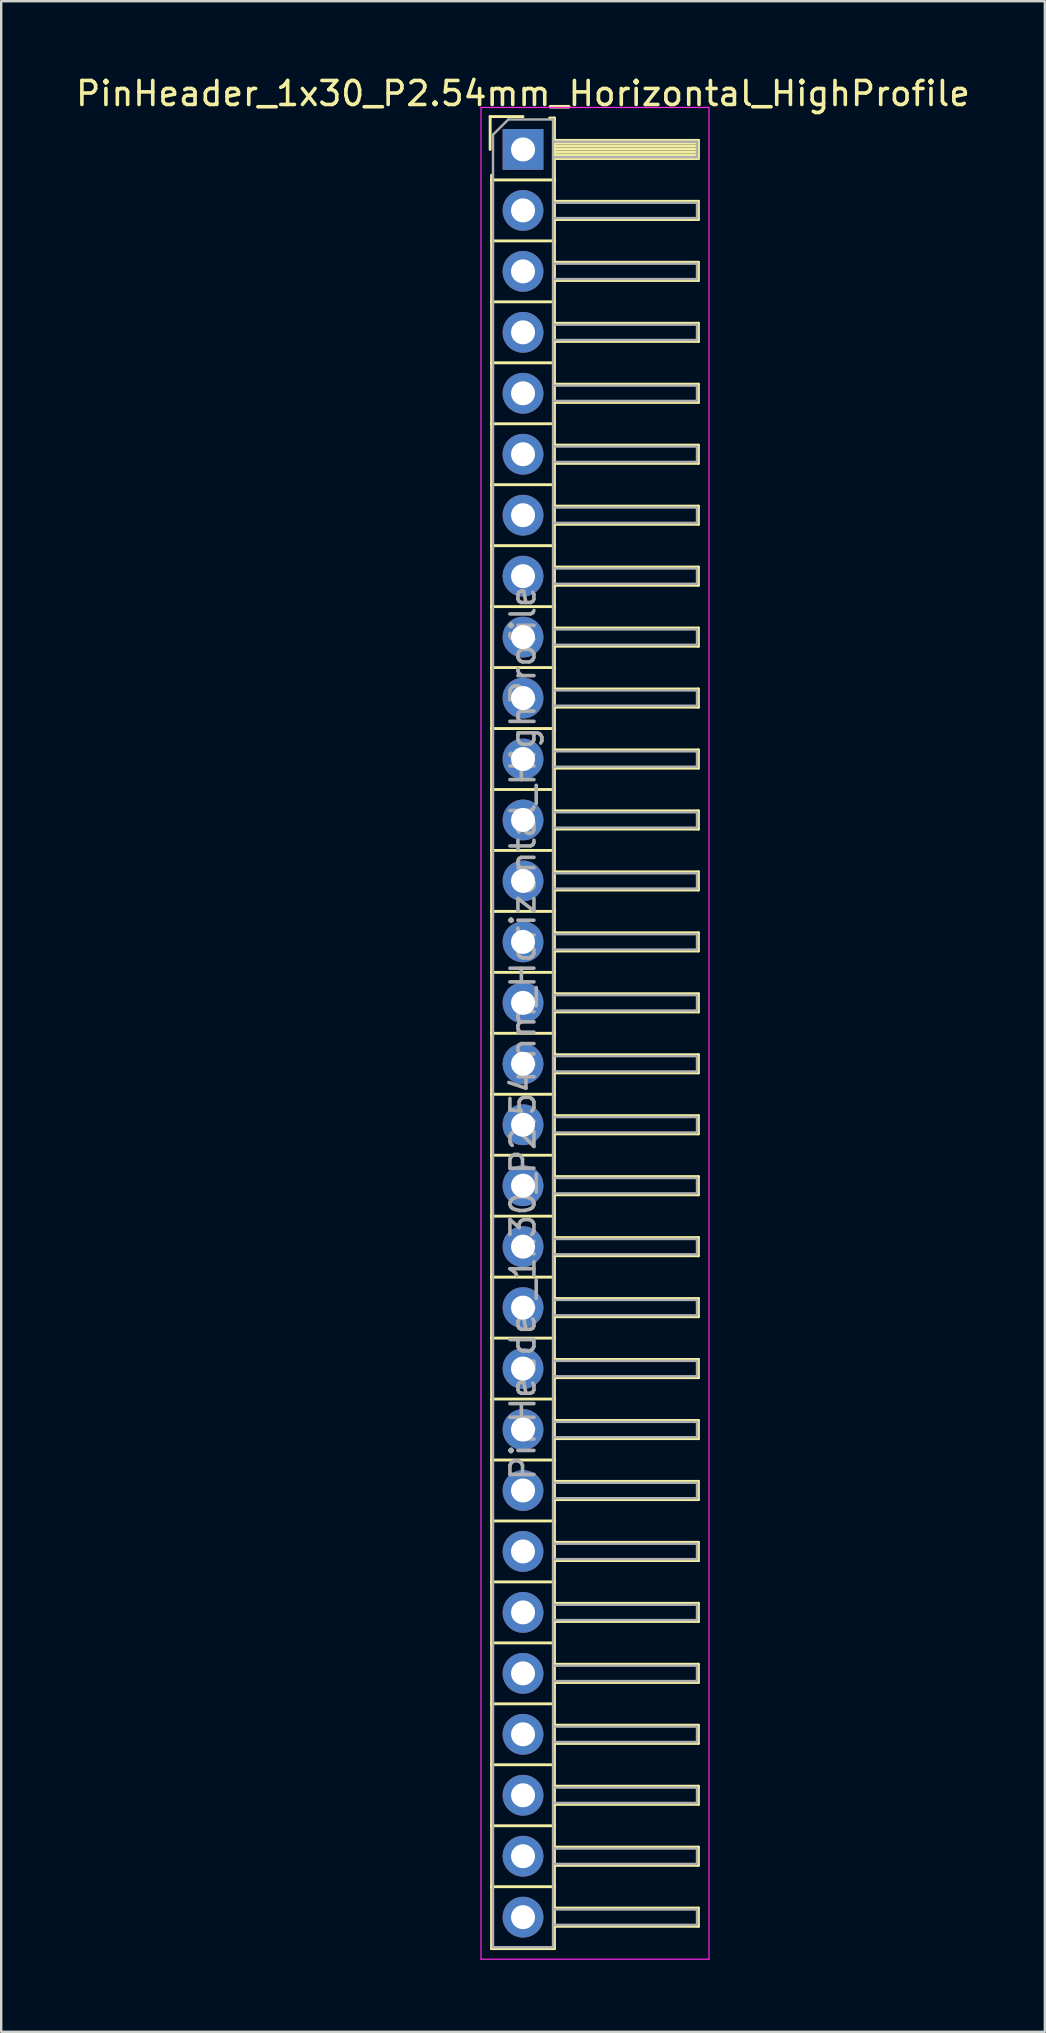
<source format=kicad_pcb>
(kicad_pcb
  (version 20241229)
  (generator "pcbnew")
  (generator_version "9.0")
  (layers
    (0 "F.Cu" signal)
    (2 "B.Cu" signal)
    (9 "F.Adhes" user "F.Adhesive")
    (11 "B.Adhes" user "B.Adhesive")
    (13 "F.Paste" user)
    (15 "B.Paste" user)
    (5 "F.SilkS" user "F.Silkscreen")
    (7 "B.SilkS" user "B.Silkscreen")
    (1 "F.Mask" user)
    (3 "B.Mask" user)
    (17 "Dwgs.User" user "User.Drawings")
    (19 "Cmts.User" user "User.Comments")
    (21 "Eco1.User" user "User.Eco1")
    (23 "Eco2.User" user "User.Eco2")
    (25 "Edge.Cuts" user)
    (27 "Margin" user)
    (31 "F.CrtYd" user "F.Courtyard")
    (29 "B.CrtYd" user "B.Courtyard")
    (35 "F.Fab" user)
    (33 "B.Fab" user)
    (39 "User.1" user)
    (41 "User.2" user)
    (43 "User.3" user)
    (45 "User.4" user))
  (footprint "PinHeader_1x30_P2.54mm_Horizontal_HighProfile"
    (layer "F.Cu")
    (at 18.744 3.178)
    (property "Reference" "PinHeader_1x30_P2.54mm_Horizontal_HighProfile" (at 0 -2.33 0) (layer "F.SilkS") (effects (font (size 1 1) (thickness 0.15))))
    (attr through_hole)
    (fp_line (start -1.37 -1.37) (end -1.37 0) (stroke (width 0.12) (type solid)) (layer "F.SilkS"))
    (fp_line (start -1.37 -1.37) (end 0 -1.37) (stroke (width 0.12) (type solid)) (layer "F.SilkS"))
    (fp_line (start -1.31 1.27) (end -1.31 1.07) (stroke (width 0.12) (type solid)) (layer "F.SilkS"))
    (fp_line (start -1.31 1.27) (end -1.31 3.81) (stroke (width 0.12) (type solid)) (layer "F.SilkS"))
    (fp_line (start -1.31 1.27) (end 1.31 1.27) (stroke (width 0.12) (type solid)) (layer "F.SilkS"))
    (fp_line (start -1.31 3.81) (end -1.31 6.35) (stroke (width 0.12) (type solid)) (layer "F.SilkS"))
    (fp_line (start -1.31 3.81) (end 1.31 3.81) (stroke (width 0.12) (type solid)) (layer "F.SilkS"))
    (fp_line (start -1.31 6.35) (end -1.31 8.89) (stroke (width 0.12) (type solid)) (layer "F.SilkS"))
    (fp_line (start -1.31 6.35) (end 1.31 6.35) (stroke (width 0.12) (type solid)) (layer "F.SilkS"))
    (fp_line (start -1.31 8.89) (end -1.31 11.43) (stroke (width 0.12) (type solid)) (layer "F.SilkS"))
    (fp_line (start -1.31 8.89) (end 1.31 8.89) (stroke (width 0.12) (type solid)) (layer "F.SilkS"))
    (fp_line (start -1.31 11.43) (end -1.31 13.97) (stroke (width 0.12) (type solid)) (layer "F.SilkS"))
    (fp_line (start -1.31 11.43) (end 1.31 11.43) (stroke (width 0.12) (type solid)) (layer "F.SilkS"))
    (fp_line (start -1.31 13.97) (end -1.31 16.51) (stroke (width 0.12) (type solid)) (layer "F.SilkS"))
    (fp_line (start -1.31 13.97) (end 1.31 13.97) (stroke (width 0.12) (type solid)) (layer "F.SilkS"))
    (fp_line (start -1.31 16.51) (end -1.31 19.05) (stroke (width 0.12) (type solid)) (layer "F.SilkS"))
    (fp_line (start -1.31 16.51) (end 1.31 16.51) (stroke (width 0.12) (type solid)) (layer "F.SilkS"))
    (fp_line (start -1.31 19.05) (end -1.31 21.59) (stroke (width 0.12) (type solid)) (layer "F.SilkS"))
    (fp_line (start -1.31 19.05) (end 1.31 19.05) (stroke (width 0.12) (type solid)) (layer "F.SilkS"))
    (fp_line (start -1.31 21.59) (end -1.31 24.13) (stroke (width 0.12) (type solid)) (layer "F.SilkS"))
    (fp_line (start -1.31 21.59) (end 1.31 21.59) (stroke (width 0.12) (type solid)) (layer "F.SilkS"))
    (fp_line (start -1.31 24.13) (end -1.31 26.67) (stroke (width 0.12) (type solid)) (layer "F.SilkS"))
    (fp_line (start -1.31 24.13) (end 1.31 24.13) (stroke (width 0.12) (type solid)) (layer "F.SilkS"))
    (fp_line (start -1.31 26.67) (end -1.31 29.21) (stroke (width 0.12) (type solid)) (layer "F.SilkS"))
    (fp_line (start -1.31 26.67) (end 1.31 26.67) (stroke (width 0.12) (type solid)) (layer "F.SilkS"))
    (fp_line (start -1.31 29.21) (end -1.31 31.75) (stroke (width 0.12) (type solid)) (layer "F.SilkS"))
    (fp_line (start -1.31 29.21) (end 1.31 29.21) (stroke (width 0.12) (type solid)) (layer "F.SilkS"))
    (fp_line (start -1.31 31.75) (end -1.31 34.29) (stroke (width 0.12) (type solid)) (layer "F.SilkS"))
    (fp_line (start -1.31 31.75) (end 1.31 31.75) (stroke (width 0.12) (type solid)) (layer "F.SilkS"))
    (fp_line (start -1.31 34.29) (end -1.31 36.83) (stroke (width 0.12) (type solid)) (layer "F.SilkS"))
    (fp_line (start -1.31 34.29) (end 1.31 34.29) (stroke (width 0.12) (type solid)) (layer "F.SilkS"))
    (fp_line (start -1.31 36.83) (end -1.31 39.37) (stroke (width 0.12) (type solid)) (layer "F.SilkS"))
    (fp_line (start -1.31 36.83) (end 1.31 36.83) (stroke (width 0.12) (type solid)) (layer "F.SilkS"))
    (fp_line (start -1.31 39.37) (end -1.31 41.91) (stroke (width 0.12) (type solid)) (layer "F.SilkS"))
    (fp_line (start -1.31 39.37) (end 1.31 39.37) (stroke (width 0.12) (type solid)) (layer "F.SilkS"))
    (fp_line (start -1.31 41.91) (end -1.31 44.45) (stroke (width 0.12) (type solid)) (layer "F.SilkS"))
    (fp_line (start -1.31 41.91) (end 1.31 41.91) (stroke (width 0.12) (type solid)) (layer "F.SilkS"))
    (fp_line (start -1.31 44.45) (end -1.31 46.99) (stroke (width 0.12) (type solid)) (layer "F.SilkS"))
    (fp_line (start -1.31 44.45) (end 1.31 44.45) (stroke (width 0.12) (type solid)) (layer "F.SilkS"))
    (fp_line (start -1.31 46.99) (end -1.31 49.53) (stroke (width 0.12) (type solid)) (layer "F.SilkS"))
    (fp_line (start -1.31 46.99) (end 1.31 46.99) (stroke (width 0.12) (type solid)) (layer "F.SilkS"))
    (fp_line (start -1.31 49.53) (end -1.31 52.07) (stroke (width 0.12) (type solid)) (layer "F.SilkS"))
    (fp_line (start -1.31 49.53) (end 1.31 49.53) (stroke (width 0.12) (type solid)) (layer "F.SilkS"))
    (fp_line (start -1.31 52.07) (end -1.31 54.61) (stroke (width 0.12) (type solid)) (layer "F.SilkS"))
    (fp_line (start -1.31 52.07) (end 1.31 52.07) (stroke (width 0.12) (type solid)) (layer "F.SilkS"))
    (fp_line (start -1.31 54.61) (end -1.31 57.15) (stroke (width 0.12) (type solid)) (layer "F.SilkS"))
    (fp_line (start -1.31 54.61) (end 1.31 54.61) (stroke (width 0.12) (type solid)) (layer "F.SilkS"))
    (fp_line (start -1.31 57.15) (end -1.31 59.69) (stroke (width 0.12) (type solid)) (layer "F.SilkS"))
    (fp_line (start -1.31 57.15) (end 1.31 57.15) (stroke (width 0.12) (type solid)) (layer "F.SilkS"))
    (fp_line (start -1.31 59.69) (end -1.31 62.23) (stroke (width 0.12) (type solid)) (layer "F.SilkS"))
    (fp_line (start -1.31 59.69) (end 1.31 59.69) (stroke (width 0.12) (type solid)) (layer "F.SilkS"))
    (fp_line (start -1.31 62.23) (end -1.31 64.77) (stroke (width 0.12) (type solid)) (layer "F.SilkS"))
    (fp_line (start -1.31 62.23) (end 1.31 62.23) (stroke (width 0.12) (type solid)) (layer "F.SilkS"))
    (fp_line (start -1.31 64.77) (end -1.31 67.31) (stroke (width 0.12) (type solid)) (layer "F.SilkS"))
    (fp_line (start -1.31 64.77) (end 1.31 64.77) (stroke (width 0.12) (type solid)) (layer "F.SilkS"))
    (fp_line (start -1.31 67.31) (end -1.31 69.85) (stroke (width 0.12) (type solid)) (layer "F.SilkS"))
    (fp_line (start -1.31 67.31) (end 1.31 67.31) (stroke (width 0.12) (type solid)) (layer "F.SilkS"))
    (fp_line (start -1.31 69.85) (end -1.31 72.39) (stroke (width 0.12) (type solid)) (layer "F.SilkS"))
    (fp_line (start -1.31 69.85) (end 1.31 69.85) (stroke (width 0.12) (type solid)) (layer "F.SilkS"))
    (fp_line (start -1.31 72.39) (end -1.31 74.97) (stroke (width 0.12) (type solid)) (layer "F.SilkS"))
    (fp_line (start -1.31 72.39) (end 1.31 72.39) (stroke (width 0.12) (type solid)) (layer "F.SilkS"))
    (fp_line (start -1.31 74.97) (end 1.31 74.97) (stroke (width 0.12) (type solid)) (layer "F.SilkS"))
    (fp_line (start 1.11 -1.31) (end 1.31 -1.31) (stroke (width 0.12) (type solid)) (layer "F.SilkS"))
    (fp_line (start 1.31 -1.31) (end 1.31 1.31) (stroke (width 0.12) (type solid)) (layer "F.SilkS"))
    (fp_line (start 1.31 -0.38) (end 7.31 -0.38) (stroke (width 0.12) (type solid)) (layer "F.SilkS"))
    (fp_line (start 1.31 -0.26) (end 7.31 -0.26) (stroke (width 0.12) (type solid)) (layer "F.SilkS"))
    (fp_line (start 1.31 -0.14) (end 7.31 -0.14) (stroke (width 0.12) (type solid)) (layer "F.SilkS"))
    (fp_line (start 1.31 -0.02) (end 7.31 -0.02) (stroke (width 0.12) (type solid)) (layer "F.SilkS"))
    (fp_line (start 1.31 0.1) (end 7.31 0.1) (stroke (width 0.12) (type solid)) (layer "F.SilkS"))
    (fp_line (start 1.31 0.22) (end 7.31 0.22) (stroke (width 0.12) (type solid)) (layer "F.SilkS"))
    (fp_line (start 1.31 0.34) (end 7.31 0.34) (stroke (width 0.12) (type solid)) (layer "F.SilkS"))
    (fp_line (start 1.31 0.38) (end 7.31 0.38) (stroke (width 0.12) (type solid)) (layer "F.SilkS"))
    (fp_line (start 1.31 1.27) (end 1.31 3.81) (stroke (width 0.12) (type solid)) (layer "F.SilkS"))
    (fp_line (start 1.31 2.16) (end 7.31 2.16) (stroke (width 0.12) (type solid)) (layer "F.SilkS"))
    (fp_line (start 1.31 2.92) (end 7.31 2.92) (stroke (width 0.12) (type solid)) (layer "F.SilkS"))
    (fp_line (start 1.31 3.81) (end 1.31 6.35) (stroke (width 0.12) (type solid)) (layer "F.SilkS"))
    (fp_line (start 1.31 4.7) (end 7.31 4.7) (stroke (width 0.12) (type solid)) (layer "F.SilkS"))
    (fp_line (start 1.31 5.46) (end 7.31 5.46) (stroke (width 0.12) (type solid)) (layer "F.SilkS"))
    (fp_line (start 1.31 6.35) (end 1.31 8.89) (stroke (width 0.12) (type solid)) (layer "F.SilkS"))
    (fp_line (start 1.31 7.24) (end 7.31 7.24) (stroke (width 0.12) (type solid)) (layer "F.SilkS"))
    (fp_line (start 1.31 8) (end 7.31 8) (stroke (width 0.12) (type solid)) (layer "F.SilkS"))
    (fp_line (start 1.31 8.89) (end 1.31 11.43) (stroke (width 0.12) (type solid)) (layer "F.SilkS"))
    (fp_line (start 1.31 9.78) (end 7.31 9.78) (stroke (width 0.12) (type solid)) (layer "F.SilkS"))
    (fp_line (start 1.31 10.54) (end 7.31 10.54) (stroke (width 0.12) (type solid)) (layer "F.SilkS"))
    (fp_line (start 1.31 11.43) (end 1.31 13.97) (stroke (width 0.12) (type solid)) (layer "F.SilkS"))
    (fp_line (start 1.31 12.32) (end 7.31 12.32) (stroke (width 0.12) (type solid)) (layer "F.SilkS"))
    (fp_line (start 1.31 13.08) (end 7.31 13.08) (stroke (width 0.12) (type solid)) (layer "F.SilkS"))
    (fp_line (start 1.31 13.97) (end 1.31 16.51) (stroke (width 0.12) (type solid)) (layer "F.SilkS"))
    (fp_line (start 1.31 14.86) (end 7.31 14.86) (stroke (width 0.12) (type solid)) (layer "F.SilkS"))
    (fp_line (start 1.31 15.62) (end 7.31 15.62) (stroke (width 0.12) (type solid)) (layer "F.SilkS"))
    (fp_line (start 1.31 16.51) (end 1.31 19.05) (stroke (width 0.12) (type solid)) (layer "F.SilkS"))
    (fp_line (start 1.31 17.4) (end 7.31 17.4) (stroke (width 0.12) (type solid)) (layer "F.SilkS"))
    (fp_line (start 1.31 18.16) (end 7.31 18.16) (stroke (width 0.12) (type solid)) (layer "F.SilkS"))
    (fp_line (start 1.31 19.05) (end 1.31 21.59) (stroke (width 0.12) (type solid)) (layer "F.SilkS"))
    (fp_line (start 1.31 19.94) (end 7.31 19.94) (stroke (width 0.12) (type solid)) (layer "F.SilkS"))
    (fp_line (start 1.31 20.7) (end 7.31 20.7) (stroke (width 0.12) (type solid)) (layer "F.SilkS"))
    (fp_line (start 1.31 21.59) (end 1.31 24.13) (stroke (width 0.12) (type solid)) (layer "F.SilkS"))
    (fp_line (start 1.31 22.48) (end 7.31 22.48) (stroke (width 0.12) (type solid)) (layer "F.SilkS"))
    (fp_line (start 1.31 23.24) (end 7.31 23.24) (stroke (width 0.12) (type solid)) (layer "F.SilkS"))
    (fp_line (start 1.31 24.13) (end 1.31 26.67) (stroke (width 0.12) (type solid)) (layer "F.SilkS"))
    (fp_line (start 1.31 25.02) (end 7.31 25.02) (stroke (width 0.12) (type solid)) (layer "F.SilkS"))
    (fp_line (start 1.31 25.78) (end 7.31 25.78) (stroke (width 0.12) (type solid)) (layer "F.SilkS"))
    (fp_line (start 1.31 26.67) (end 1.31 29.21) (stroke (width 0.12) (type solid)) (layer "F.SilkS"))
    (fp_line (start 1.31 27.56) (end 7.31 27.56) (stroke (width 0.12) (type solid)) (layer "F.SilkS"))
    (fp_line (start 1.31 28.32) (end 7.31 28.32) (stroke (width 0.12) (type solid)) (layer "F.SilkS"))
    (fp_line (start 1.31 29.21) (end 1.31 31.75) (stroke (width 0.12) (type solid)) (layer "F.SilkS"))
    (fp_line (start 1.31 30.1) (end 7.31 30.1) (stroke (width 0.12) (type solid)) (layer "F.SilkS"))
    (fp_line (start 1.31 30.86) (end 7.31 30.86) (stroke (width 0.12) (type solid)) (layer "F.SilkS"))
    (fp_line (start 1.31 31.75) (end 1.31 34.29) (stroke (width 0.12) (type solid)) (layer "F.SilkS"))
    (fp_line (start 1.31 32.64) (end 7.31 32.64) (stroke (width 0.12) (type solid)) (layer "F.SilkS"))
    (fp_line (start 1.31 33.4) (end 7.31 33.4) (stroke (width 0.12) (type solid)) (layer "F.SilkS"))
    (fp_line (start 1.31 34.29) (end 1.31 36.83) (stroke (width 0.12) (type solid)) (layer "F.SilkS"))
    (fp_line (start 1.31 35.18) (end 7.31 35.18) (stroke (width 0.12) (type solid)) (layer "F.SilkS"))
    (fp_line (start 1.31 35.94) (end 7.31 35.94) (stroke (width 0.12) (type solid)) (layer "F.SilkS"))
    (fp_line (start 1.31 36.83) (end 1.31 39.37) (stroke (width 0.12) (type solid)) (layer "F.SilkS"))
    (fp_line (start 1.31 37.72) (end 7.31 37.72) (stroke (width 0.12) (type solid)) (layer "F.SilkS"))
    (fp_line (start 1.31 38.48) (end 7.31 38.48) (stroke (width 0.12) (type solid)) (layer "F.SilkS"))
    (fp_line (start 1.31 39.37) (end 1.31 41.91) (stroke (width 0.12) (type solid)) (layer "F.SilkS"))
    (fp_line (start 1.31 40.26) (end 7.31 40.26) (stroke (width 0.12) (type solid)) (layer "F.SilkS"))
    (fp_line (start 1.31 41.02) (end 7.31 41.02) (stroke (width 0.12) (type solid)) (layer "F.SilkS"))
    (fp_line (start 1.31 41.91) (end 1.31 44.45) (stroke (width 0.12) (type solid)) (layer "F.SilkS"))
    (fp_line (start 1.31 42.8) (end 7.31 42.8) (stroke (width 0.12) (type solid)) (layer "F.SilkS"))
    (fp_line (start 1.31 43.56) (end 7.31 43.56) (stroke (width 0.12) (type solid)) (layer "F.SilkS"))
    (fp_line (start 1.31 44.45) (end 1.31 46.99) (stroke (width 0.12) (type solid)) (layer "F.SilkS"))
    (fp_line (start 1.31 45.34) (end 7.31 45.34) (stroke (width 0.12) (type solid)) (layer "F.SilkS"))
    (fp_line (start 1.31 46.1) (end 7.31 46.1) (stroke (width 0.12) (type solid)) (layer "F.SilkS"))
    (fp_line (start 1.31 46.99) (end 1.31 49.53) (stroke (width 0.12) (type solid)) (layer "F.SilkS"))
    (fp_line (start 1.31 47.88) (end 7.31 47.88) (stroke (width 0.12) (type solid)) (layer "F.SilkS"))
    (fp_line (start 1.31 48.64) (end 7.31 48.64) (stroke (width 0.12) (type solid)) (layer "F.SilkS"))
    (fp_line (start 1.31 49.53) (end 1.31 52.07) (stroke (width 0.12) (type solid)) (layer "F.SilkS"))
    (fp_line (start 1.31 50.42) (end 7.31 50.42) (stroke (width 0.12) (type solid)) (layer "F.SilkS"))
    (fp_line (start 1.31 51.18) (end 7.31 51.18) (stroke (width 0.12) (type solid)) (layer "F.SilkS"))
    (fp_line (start 1.31 52.07) (end 1.31 54.61) (stroke (width 0.12) (type solid)) (layer "F.SilkS"))
    (fp_line (start 1.31 52.96) (end 7.31 52.96) (stroke (width 0.12) (type solid)) (layer "F.SilkS"))
    (fp_line (start 1.31 53.72) (end 7.31 53.72) (stroke (width 0.12) (type solid)) (layer "F.SilkS"))
    (fp_line (start 1.31 54.61) (end 1.31 57.15) (stroke (width 0.12) (type solid)) (layer "F.SilkS"))
    (fp_line (start 1.31 55.5) (end 7.31 55.5) (stroke (width 0.12) (type solid)) (layer "F.SilkS"))
    (fp_line (start 1.31 56.26) (end 7.31 56.26) (stroke (width 0.12) (type solid)) (layer "F.SilkS"))
    (fp_line (start 1.31 57.15) (end 1.31 59.69) (stroke (width 0.12) (type solid)) (layer "F.SilkS"))
    (fp_line (start 1.31 58.04) (end 7.31 58.04) (stroke (width 0.12) (type solid)) (layer "F.SilkS"))
    (fp_line (start 1.31 58.8) (end 7.31 58.8) (stroke (width 0.12) (type solid)) (layer "F.SilkS"))
    (fp_line (start 1.31 59.69) (end 1.31 62.23) (stroke (width 0.12) (type solid)) (layer "F.SilkS"))
    (fp_line (start 1.31 60.58) (end 7.31 60.58) (stroke (width 0.12) (type solid)) (layer "F.SilkS"))
    (fp_line (start 1.31 61.34) (end 7.31 61.34) (stroke (width 0.12) (type solid)) (layer "F.SilkS"))
    (fp_line (start 1.31 62.23) (end 1.31 64.77) (stroke (width 0.12) (type solid)) (layer "F.SilkS"))
    (fp_line (start 1.31 63.12) (end 7.31 63.12) (stroke (width 0.12) (type solid)) (layer "F.SilkS"))
    (fp_line (start 1.31 63.88) (end 7.31 63.88) (stroke (width 0.12) (type solid)) (layer "F.SilkS"))
    (fp_line (start 1.31 64.77) (end 1.31 67.31) (stroke (width 0.12) (type solid)) (layer "F.SilkS"))
    (fp_line (start 1.31 65.66) (end 7.31 65.66) (stroke (width 0.12) (type solid)) (layer "F.SilkS"))
    (fp_line (start 1.31 66.42) (end 7.31 66.42) (stroke (width 0.12) (type solid)) (layer "F.SilkS"))
    (fp_line (start 1.31 67.31) (end 1.31 69.85) (stroke (width 0.12) (type solid)) (layer "F.SilkS"))
    (fp_line (start 1.31 68.2) (end 7.31 68.2) (stroke (width 0.12) (type solid)) (layer "F.SilkS"))
    (fp_line (start 1.31 68.96) (end 7.31 68.96) (stroke (width 0.12) (type solid)) (layer "F.SilkS"))
    (fp_line (start 1.31 69.85) (end 1.31 72.39) (stroke (width 0.12) (type solid)) (layer "F.SilkS"))
    (fp_line (start 1.31 70.74) (end 7.31 70.74) (stroke (width 0.12) (type solid)) (layer "F.SilkS"))
    (fp_line (start 1.31 71.5) (end 7.31 71.5) (stroke (width 0.12) (type solid)) (layer "F.SilkS"))
    (fp_line (start 1.31 72.39) (end 1.31 74.97) (stroke (width 0.12) (type solid)) (layer "F.SilkS"))
    (fp_line (start 1.31 73.28) (end 7.31 73.28) (stroke (width 0.12) (type solid)) (layer "F.SilkS"))
    (fp_line (start 1.31 74.04) (end 7.31 74.04) (stroke (width 0.12) (type solid)) (layer "F.SilkS"))
    (fp_line (start 7.31 -0.38) (end 7.31 0.38) (stroke (width 0.12) (type solid)) (layer "F.SilkS"))
    (fp_line (start 7.31 2.16) (end 7.31 2.92) (stroke (width 0.12) (type solid)) (layer "F.SilkS"))
    (fp_line (start 7.31 4.7) (end 7.31 5.46) (stroke (width 0.12) (type solid)) (layer "F.SilkS"))
    (fp_line (start 7.31 7.24) (end 7.31 8) (stroke (width 0.12) (type solid)) (layer "F.SilkS"))
    (fp_line (start 7.31 9.78) (end 7.31 10.54) (stroke (width 0.12) (type solid)) (layer "F.SilkS"))
    (fp_line (start 7.31 12.32) (end 7.31 13.08) (stroke (width 0.12) (type solid)) (layer "F.SilkS"))
    (fp_line (start 7.31 14.86) (end 7.31 15.62) (stroke (width 0.12) (type solid)) (layer "F.SilkS"))
    (fp_line (start 7.31 17.4) (end 7.31 18.16) (stroke (width 0.12) (type solid)) (layer "F.SilkS"))
    (fp_line (start 7.31 19.94) (end 7.31 20.7) (stroke (width 0.12) (type solid)) (layer "F.SilkS"))
    (fp_line (start 7.31 22.48) (end 7.31 23.24) (stroke (width 0.12) (type solid)) (layer "F.SilkS"))
    (fp_line (start 7.31 25.02) (end 7.31 25.78) (stroke (width 0.12) (type solid)) (layer "F.SilkS"))
    (fp_line (start 7.31 27.56) (end 7.31 28.32) (stroke (width 0.12) (type solid)) (layer "F.SilkS"))
    (fp_line (start 7.31 30.1) (end 7.31 30.86) (stroke (width 0.12) (type solid)) (layer "F.SilkS"))
    (fp_line (start 7.31 32.64) (end 7.31 33.4) (stroke (width 0.12) (type solid)) (layer "F.SilkS"))
    (fp_line (start 7.31 35.18) (end 7.31 35.94) (stroke (width 0.12) (type solid)) (layer "F.SilkS"))
    (fp_line (start 7.31 37.72) (end 7.31 38.48) (stroke (width 0.12) (type solid)) (layer "F.SilkS"))
    (fp_line (start 7.31 40.26) (end 7.31 41.02) (stroke (width 0.12) (type solid)) (layer "F.SilkS"))
    (fp_line (start 7.31 42.8) (end 7.31 43.56) (stroke (width 0.12) (type solid)) (layer "F.SilkS"))
    (fp_line (start 7.31 45.34) (end 7.31 46.1) (stroke (width 0.12) (type solid)) (layer "F.SilkS"))
    (fp_line (start 7.31 47.88) (end 7.31 48.64) (stroke (width 0.12) (type solid)) (layer "F.SilkS"))
    (fp_line (start 7.31 50.42) (end 7.31 51.18) (stroke (width 0.12) (type solid)) (layer "F.SilkS"))
    (fp_line (start 7.31 52.96) (end 7.31 53.72) (stroke (width 0.12) (type solid)) (layer "F.SilkS"))
    (fp_line (start 7.31 55.5) (end 7.31 56.26) (stroke (width 0.12) (type solid)) (layer "F.SilkS"))
    (fp_line (start 7.31 58.04) (end 7.31 58.8) (stroke (width 0.12) (type solid)) (layer "F.SilkS"))
    (fp_line (start 7.31 60.58) (end 7.31 61.34) (stroke (width 0.12) (type solid)) (layer "F.SilkS"))
    (fp_line (start 7.31 63.12) (end 7.31 63.88) (stroke (width 0.12) (type solid)) (layer "F.SilkS"))
    (fp_line (start 7.31 65.66) (end 7.31 66.42) (stroke (width 0.12) (type solid)) (layer "F.SilkS"))
    (fp_line (start 7.31 68.2) (end 7.31 68.96) (stroke (width 0.12) (type solid)) (layer "F.SilkS"))
    (fp_line (start 7.31 70.74) (end 7.31 71.5) (stroke (width 0.12) (type solid)) (layer "F.SilkS"))
    (fp_line (start 7.31 73.28) (end 7.31 74.04) (stroke (width 0.12) (type solid)) (layer "F.SilkS"))
    (fp_line (start -1.75 -1.75) (end -1.75 75.41) (stroke (width 0.05) (type solid)) (layer "F.CrtYd"))
    (fp_line (start -1.75 -1.75) (end 7.75 -1.75) (stroke (width 0.05) (type solid)) (layer "F.CrtYd"))
    (fp_line (start -1.75 75.41) (end 7.75 75.41) (stroke (width 0.05) (type solid)) (layer "F.CrtYd"))
    (fp_line (start 7.75 -1.75) (end 7.75 75.41) (stroke (width 0.05) (type solid)) (layer "F.CrtYd"))
    (fp_line (start -1.25 -0.615) (end -1.25 74.91) (stroke (width 0.1) (type solid)) (layer "F.Fab"))
    (fp_line (start -1.25 -0.615) (end -0.615 -1.25) (stroke (width 0.1) (type solid)) (layer "F.Fab"))
    (fp_line (start -1.25 74.91) (end 1.25 74.91) (stroke (width 0.1) (type solid)) (layer "F.Fab"))
    (fp_line (start -0.615 -1.25) (end 1.25 -1.25) (stroke (width 0.1) (type solid)) (layer "F.Fab"))
    (fp_line (start 1.25 -1.25) (end 1.25 74.91) (stroke (width 0.1) (type solid)) (layer "F.Fab"))
    (fp_line (start 1.25 -0.32) (end 7.25 -0.32) (stroke (width 0.1) (type solid)) (layer "F.Fab"))
    (fp_line (start 1.25 0.32) (end 7.25 0.32) (stroke (width 0.1) (type solid)) (layer "F.Fab"))
    (fp_line (start 1.25 2.22) (end 7.25 2.22) (stroke (width 0.1) (type solid)) (layer "F.Fab"))
    (fp_line (start 1.25 2.86) (end 7.25 2.86) (stroke (width 0.1) (type solid)) (layer "F.Fab"))
    (fp_line (start 1.25 4.76) (end 7.25 4.76) (stroke (width 0.1) (type solid)) (layer "F.Fab"))
    (fp_line (start 1.25 5.4) (end 7.25 5.4) (stroke (width 0.1) (type solid)) (layer "F.Fab"))
    (fp_line (start 1.25 7.3) (end 7.25 7.3) (stroke (width 0.1) (type solid)) (layer "F.Fab"))
    (fp_line (start 1.25 7.94) (end 7.25 7.94) (stroke (width 0.1) (type solid)) (layer "F.Fab"))
    (fp_line (start 1.25 9.84) (end 7.25 9.84) (stroke (width 0.1) (type solid)) (layer "F.Fab"))
    (fp_line (start 1.25 10.48) (end 7.25 10.48) (stroke (width 0.1) (type solid)) (layer "F.Fab"))
    (fp_line (start 1.25 12.38) (end 7.25 12.38) (stroke (width 0.1) (type solid)) (layer "F.Fab"))
    (fp_line (start 1.25 13.02) (end 7.25 13.02) (stroke (width 0.1) (type solid)) (layer "F.Fab"))
    (fp_line (start 1.25 14.92) (end 7.25 14.92) (stroke (width 0.1) (type solid)) (layer "F.Fab"))
    (fp_line (start 1.25 15.56) (end 7.25 15.56) (stroke (width 0.1) (type solid)) (layer "F.Fab"))
    (fp_line (start 1.25 17.46) (end 7.25 17.46) (stroke (width 0.1) (type solid)) (layer "F.Fab"))
    (fp_line (start 1.25 18.1) (end 7.25 18.1) (stroke (width 0.1) (type solid)) (layer "F.Fab"))
    (fp_line (start 1.25 20) (end 7.25 20) (stroke (width 0.1) (type solid)) (layer "F.Fab"))
    (fp_line (start 1.25 20.64) (end 7.25 20.64) (stroke (width 0.1) (type solid)) (layer "F.Fab"))
    (fp_line (start 1.25 22.54) (end 7.25 22.54) (stroke (width 0.1) (type solid)) (layer "F.Fab"))
    (fp_line (start 1.25 23.18) (end 7.25 23.18) (stroke (width 0.1) (type solid)) (layer "F.Fab"))
    (fp_line (start 1.25 25.08) (end 7.25 25.08) (stroke (width 0.1) (type solid)) (layer "F.Fab"))
    (fp_line (start 1.25 25.72) (end 7.25 25.72) (stroke (width 0.1) (type solid)) (layer "F.Fab"))
    (fp_line (start 1.25 27.62) (end 7.25 27.62) (stroke (width 0.1) (type solid)) (layer "F.Fab"))
    (fp_line (start 1.25 28.26) (end 7.25 28.26) (stroke (width 0.1) (type solid)) (layer "F.Fab"))
    (fp_line (start 1.25 30.16) (end 7.25 30.16) (stroke (width 0.1) (type solid)) (layer "F.Fab"))
    (fp_line (start 1.25 30.8) (end 7.25 30.8) (stroke (width 0.1) (type solid)) (layer "F.Fab"))
    (fp_line (start 1.25 32.7) (end 7.25 32.7) (stroke (width 0.1) (type solid)) (layer "F.Fab"))
    (fp_line (start 1.25 33.34) (end 7.25 33.34) (stroke (width 0.1) (type solid)) (layer "F.Fab"))
    (fp_line (start 1.25 35.24) (end 7.25 35.24) (stroke (width 0.1) (type solid)) (layer "F.Fab"))
    (fp_line (start 1.25 35.88) (end 7.25 35.88) (stroke (width 0.1) (type solid)) (layer "F.Fab"))
    (fp_line (start 1.25 37.78) (end 7.25 37.78) (stroke (width 0.1) (type solid)) (layer "F.Fab"))
    (fp_line (start 1.25 38.42) (end 7.25 38.42) (stroke (width 0.1) (type solid)) (layer "F.Fab"))
    (fp_line (start 1.25 40.32) (end 7.25 40.32) (stroke (width 0.1) (type solid)) (layer "F.Fab"))
    (fp_line (start 1.25 40.96) (end 7.25 40.96) (stroke (width 0.1) (type solid)) (layer "F.Fab"))
    (fp_line (start 1.25 42.86) (end 7.25 42.86) (stroke (width 0.1) (type solid)) (layer "F.Fab"))
    (fp_line (start 1.25 43.5) (end 7.25 43.5) (stroke (width 0.1) (type solid)) (layer "F.Fab"))
    (fp_line (start 1.25 45.4) (end 7.25 45.4) (stroke (width 0.1) (type solid)) (layer "F.Fab"))
    (fp_line (start 1.25 46.04) (end 7.25 46.04) (stroke (width 0.1) (type solid)) (layer "F.Fab"))
    (fp_line (start 1.25 47.94) (end 7.25 47.94) (stroke (width 0.1) (type solid)) (layer "F.Fab"))
    (fp_line (start 1.25 48.58) (end 7.25 48.58) (stroke (width 0.1) (type solid)) (layer "F.Fab"))
    (fp_line (start 1.25 50.48) (end 7.25 50.48) (stroke (width 0.1) (type solid)) (layer "F.Fab"))
    (fp_line (start 1.25 51.12) (end 7.25 51.12) (stroke (width 0.1) (type solid)) (layer "F.Fab"))
    (fp_line (start 1.25 53.02) (end 7.25 53.02) (stroke (width 0.1) (type solid)) (layer "F.Fab"))
    (fp_line (start 1.25 53.66) (end 7.25 53.66) (stroke (width 0.1) (type solid)) (layer "F.Fab"))
    (fp_line (start 1.25 55.56) (end 7.25 55.56) (stroke (width 0.1) (type solid)) (layer "F.Fab"))
    (fp_line (start 1.25 56.2) (end 7.25 56.2) (stroke (width 0.1) (type solid)) (layer "F.Fab"))
    (fp_line (start 1.25 58.1) (end 7.25 58.1) (stroke (width 0.1) (type solid)) (layer "F.Fab"))
    (fp_line (start 1.25 58.74) (end 7.25 58.74) (stroke (width 0.1) (type solid)) (layer "F.Fab"))
    (fp_line (start 1.25 60.64) (end 7.25 60.64) (stroke (width 0.1) (type solid)) (layer "F.Fab"))
    (fp_line (start 1.25 61.28) (end 7.25 61.28) (stroke (width 0.1) (type solid)) (layer "F.Fab"))
    (fp_line (start 1.25 63.18) (end 7.25 63.18) (stroke (width 0.1) (type solid)) (layer "F.Fab"))
    (fp_line (start 1.25 63.82) (end 7.25 63.82) (stroke (width 0.1) (type solid)) (layer "F.Fab"))
    (fp_line (start 1.25 65.72) (end 7.25 65.72) (stroke (width 0.1) (type solid)) (layer "F.Fab"))
    (fp_line (start 1.25 66.36) (end 7.25 66.36) (stroke (width 0.1) (type solid)) (layer "F.Fab"))
    (fp_line (start 1.25 68.26) (end 7.25 68.26) (stroke (width 0.1) (type solid)) (layer "F.Fab"))
    (fp_line (start 1.25 68.9) (end 7.25 68.9) (stroke (width 0.1) (type solid)) (layer "F.Fab"))
    (fp_line (start 1.25 70.8) (end 7.25 70.8) (stroke (width 0.1) (type solid)) (layer "F.Fab"))
    (fp_line (start 1.25 71.44) (end 7.25 71.44) (stroke (width 0.1) (type solid)) (layer "F.Fab"))
    (fp_line (start 1.25 73.34) (end 7.25 73.34) (stroke (width 0.1) (type solid)) (layer "F.Fab"))
    (fp_line (start 1.25 73.98) (end 7.25 73.98) (stroke (width 0.1) (type solid)) (layer "F.Fab"))
    (fp_line (start 7.25 -0.32) (end 7.25 0.32) (stroke (width 0.1) (type solid)) (layer "F.Fab"))
    (fp_line (start 7.25 2.22) (end 7.25 2.86) (stroke (width 0.1) (type solid)) (layer "F.Fab"))
    (fp_line (start 7.25 4.76) (end 7.25 5.4) (stroke (width 0.1) (type solid)) (layer "F.Fab"))
    (fp_line (start 7.25 7.3) (end 7.25 7.94) (stroke (width 0.1) (type solid)) (layer "F.Fab"))
    (fp_line (start 7.25 9.84) (end 7.25 10.48) (stroke (width 0.1) (type solid)) (layer "F.Fab"))
    (fp_line (start 7.25 12.38) (end 7.25 13.02) (stroke (width 0.1) (type solid)) (layer "F.Fab"))
    (fp_line (start 7.25 14.92) (end 7.25 15.56) (stroke (width 0.1) (type solid)) (layer "F.Fab"))
    (fp_line (start 7.25 17.46) (end 7.25 18.1) (stroke (width 0.1) (type solid)) (layer "F.Fab"))
    (fp_line (start 7.25 20) (end 7.25 20.64) (stroke (width 0.1) (type solid)) (layer "F.Fab"))
    (fp_line (start 7.25 22.54) (end 7.25 23.18) (stroke (width 0.1) (type solid)) (layer "F.Fab"))
    (fp_line (start 7.25 25.08) (end 7.25 25.72) (stroke (width 0.1) (type solid)) (layer "F.Fab"))
    (fp_line (start 7.25 27.62) (end 7.25 28.26) (stroke (width 0.1) (type solid)) (layer "F.Fab"))
    (fp_line (start 7.25 30.16) (end 7.25 30.8) (stroke (width 0.1) (type solid)) (layer "F.Fab"))
    (fp_line (start 7.25 32.7) (end 7.25 33.34) (stroke (width 0.1) (type solid)) (layer "F.Fab"))
    (fp_line (start 7.25 35.24) (end 7.25 35.88) (stroke (width 0.1) (type solid)) (layer "F.Fab"))
    (fp_line (start 7.25 37.78) (end 7.25 38.42) (stroke (width 0.1) (type solid)) (layer "F.Fab"))
    (fp_line (start 7.25 40.32) (end 7.25 40.96) (stroke (width 0.1) (type solid)) (layer "F.Fab"))
    (fp_line (start 7.25 42.86) (end 7.25 43.5) (stroke (width 0.1) (type solid)) (layer "F.Fab"))
    (fp_line (start 7.25 45.4) (end 7.25 46.04) (stroke (width 0.1) (type solid)) (layer "F.Fab"))
    (fp_line (start 7.25 47.94) (end 7.25 48.58) (stroke (width 0.1) (type solid)) (layer "F.Fab"))
    (fp_line (start 7.25 50.48) (end 7.25 51.12) (stroke (width 0.1) (type solid)) (layer "F.Fab"))
    (fp_line (start 7.25 53.02) (end 7.25 53.66) (stroke (width 0.1) (type solid)) (layer "F.Fab"))
    (fp_line (start 7.25 55.56) (end 7.25 56.2) (stroke (width 0.1) (type solid)) (layer "F.Fab"))
    (fp_line (start 7.25 58.1) (end 7.25 58.74) (stroke (width 0.1) (type solid)) (layer "F.Fab"))
    (fp_line (start 7.25 60.64) (end 7.25 61.28) (stroke (width 0.1) (type solid)) (layer "F.Fab"))
    (fp_line (start 7.25 63.18) (end 7.25 63.82) (stroke (width 0.1) (type solid)) (layer "F.Fab"))
    (fp_line (start 7.25 65.72) (end 7.25 66.36) (stroke (width 0.1) (type solid)) (layer "F.Fab"))
    (fp_line (start 7.25 68.26) (end 7.25 68.9) (stroke (width 0.1) (type solid)) (layer "F.Fab"))
    (fp_line (start 7.25 70.8) (end 7.25 71.44) (stroke (width 0.1) (type solid)) (layer "F.Fab"))
    (fp_line (start 7.25 73.34) (end 7.25 73.98) (stroke (width 0.1) (type solid)) (layer "F.Fab"))
    (fp_text user "${REFERENCE}" (at 0 36.83 90) (layer "F.Fab") (effects (font (size 1 1) (thickness 0.15))))
    (pad "1" thru_hole rect (at 0 0) (size 1.7 1.7) (drill 1) (layers "*.Cu" "*.Mask"))
    (pad "2" thru_hole oval (at 0 2.54) (size 1.7 1.7) (drill 1) (layers "*.Cu" "*.Mask"))
    (pad "3" thru_hole oval (at 0 5.08) (size 1.7 1.7) (drill 1) (layers "*.Cu" "*.Mask"))
    (pad "4" thru_hole oval (at 0 7.62) (size 1.7 1.7) (drill 1) (layers "*.Cu" "*.Mask"))
    (pad "5" thru_hole oval (at 0 10.16) (size 1.7 1.7) (drill 1) (layers "*.Cu" "*.Mask"))
    (pad "6" thru_hole oval (at 0 12.7) (size 1.7 1.7) (drill 1) (layers "*.Cu" "*.Mask"))
    (pad "7" thru_hole oval (at 0 15.24) (size 1.7 1.7) (drill 1) (layers "*.Cu" "*.Mask"))
    (pad "8" thru_hole oval (at 0 17.78) (size 1.7 1.7) (drill 1) (layers "*.Cu" "*.Mask"))
    (pad "9" thru_hole oval (at 0 20.32) (size 1.7 1.7) (drill 1) (layers "*.Cu" "*.Mask"))
    (pad "10" thru_hole oval (at 0 22.86) (size 1.7 1.7) (drill 1) (layers "*.Cu" "*.Mask"))
    (pad "11" thru_hole oval (at 0 25.4) (size 1.7 1.7) (drill 1) (layers "*.Cu" "*.Mask"))
    (pad "12" thru_hole oval (at 0 27.94) (size 1.7 1.7) (drill 1) (layers "*.Cu" "*.Mask"))
    (pad "13" thru_hole oval (at 0 30.48) (size 1.7 1.7) (drill 1) (layers "*.Cu" "*.Mask"))
    (pad "14" thru_hole oval (at 0 33.02) (size 1.7 1.7) (drill 1) (layers "*.Cu" "*.Mask"))
    (pad "15" thru_hole oval (at 0 35.56) (size 1.7 1.7) (drill 1) (layers "*.Cu" "*.Mask"))
    (pad "16" thru_hole oval (at 0 38.1) (size 1.7 1.7) (drill 1) (layers "*.Cu" "*.Mask"))
    (pad "17" thru_hole oval (at 0 40.64) (size 1.7 1.7) (drill 1) (layers "*.Cu" "*.Mask"))
    (pad "18" thru_hole oval (at 0 43.18) (size 1.7 1.7) (drill 1) (layers "*.Cu" "*.Mask"))
    (pad "19" thru_hole oval (at 0 45.72) (size 1.7 1.7) (drill 1) (layers "*.Cu" "*.Mask"))
    (pad "20" thru_hole oval (at 0 48.26) (size 1.7 1.7) (drill 1) (layers "*.Cu" "*.Mask"))
    (pad "21" thru_hole oval (at 0 50.8) (size 1.7 1.7) (drill 1) (layers "*.Cu" "*.Mask"))
    (pad "22" thru_hole oval (at 0 53.34) (size 1.7 1.7) (drill 1) (layers "*.Cu" "*.Mask"))
    (pad "23" thru_hole oval (at 0 55.88) (size 1.7 1.7) (drill 1) (layers "*.Cu" "*.Mask"))
    (pad "24" thru_hole oval (at 0 58.42) (size 1.7 1.7) (drill 1) (layers "*.Cu" "*.Mask"))
    (pad "25" thru_hole oval (at 0 60.96) (size 1.7 1.7) (drill 1) (layers "*.Cu" "*.Mask"))
    (pad "26" thru_hole oval (at 0 63.5) (size 1.7 1.7) (drill 1) (layers "*.Cu" "*.Mask"))
    (pad "27" thru_hole oval (at 0 66.04) (size 1.7 1.7) (drill 1) (layers "*.Cu" "*.Mask"))
    (pad "28" thru_hole oval (at 0 68.58) (size 1.7 1.7) (drill 1) (layers "*.Cu" "*.Mask"))
    (pad "29" thru_hole oval (at 0 71.12) (size 1.7 1.7) (drill 1) (layers "*.Cu" "*.Mask"))
    (pad "30" thru_hole oval (at 0 73.66) (size 1.7 1.7) (drill 1) (layers "*.Cu" "*.Mask")))
  (gr_rect
    (start -3 -3)
    (end 40.488 81.613)
    (stroke (width 0.1) (type default))
    (fill no)
    (layer "Edge.Cuts")))
</source>
